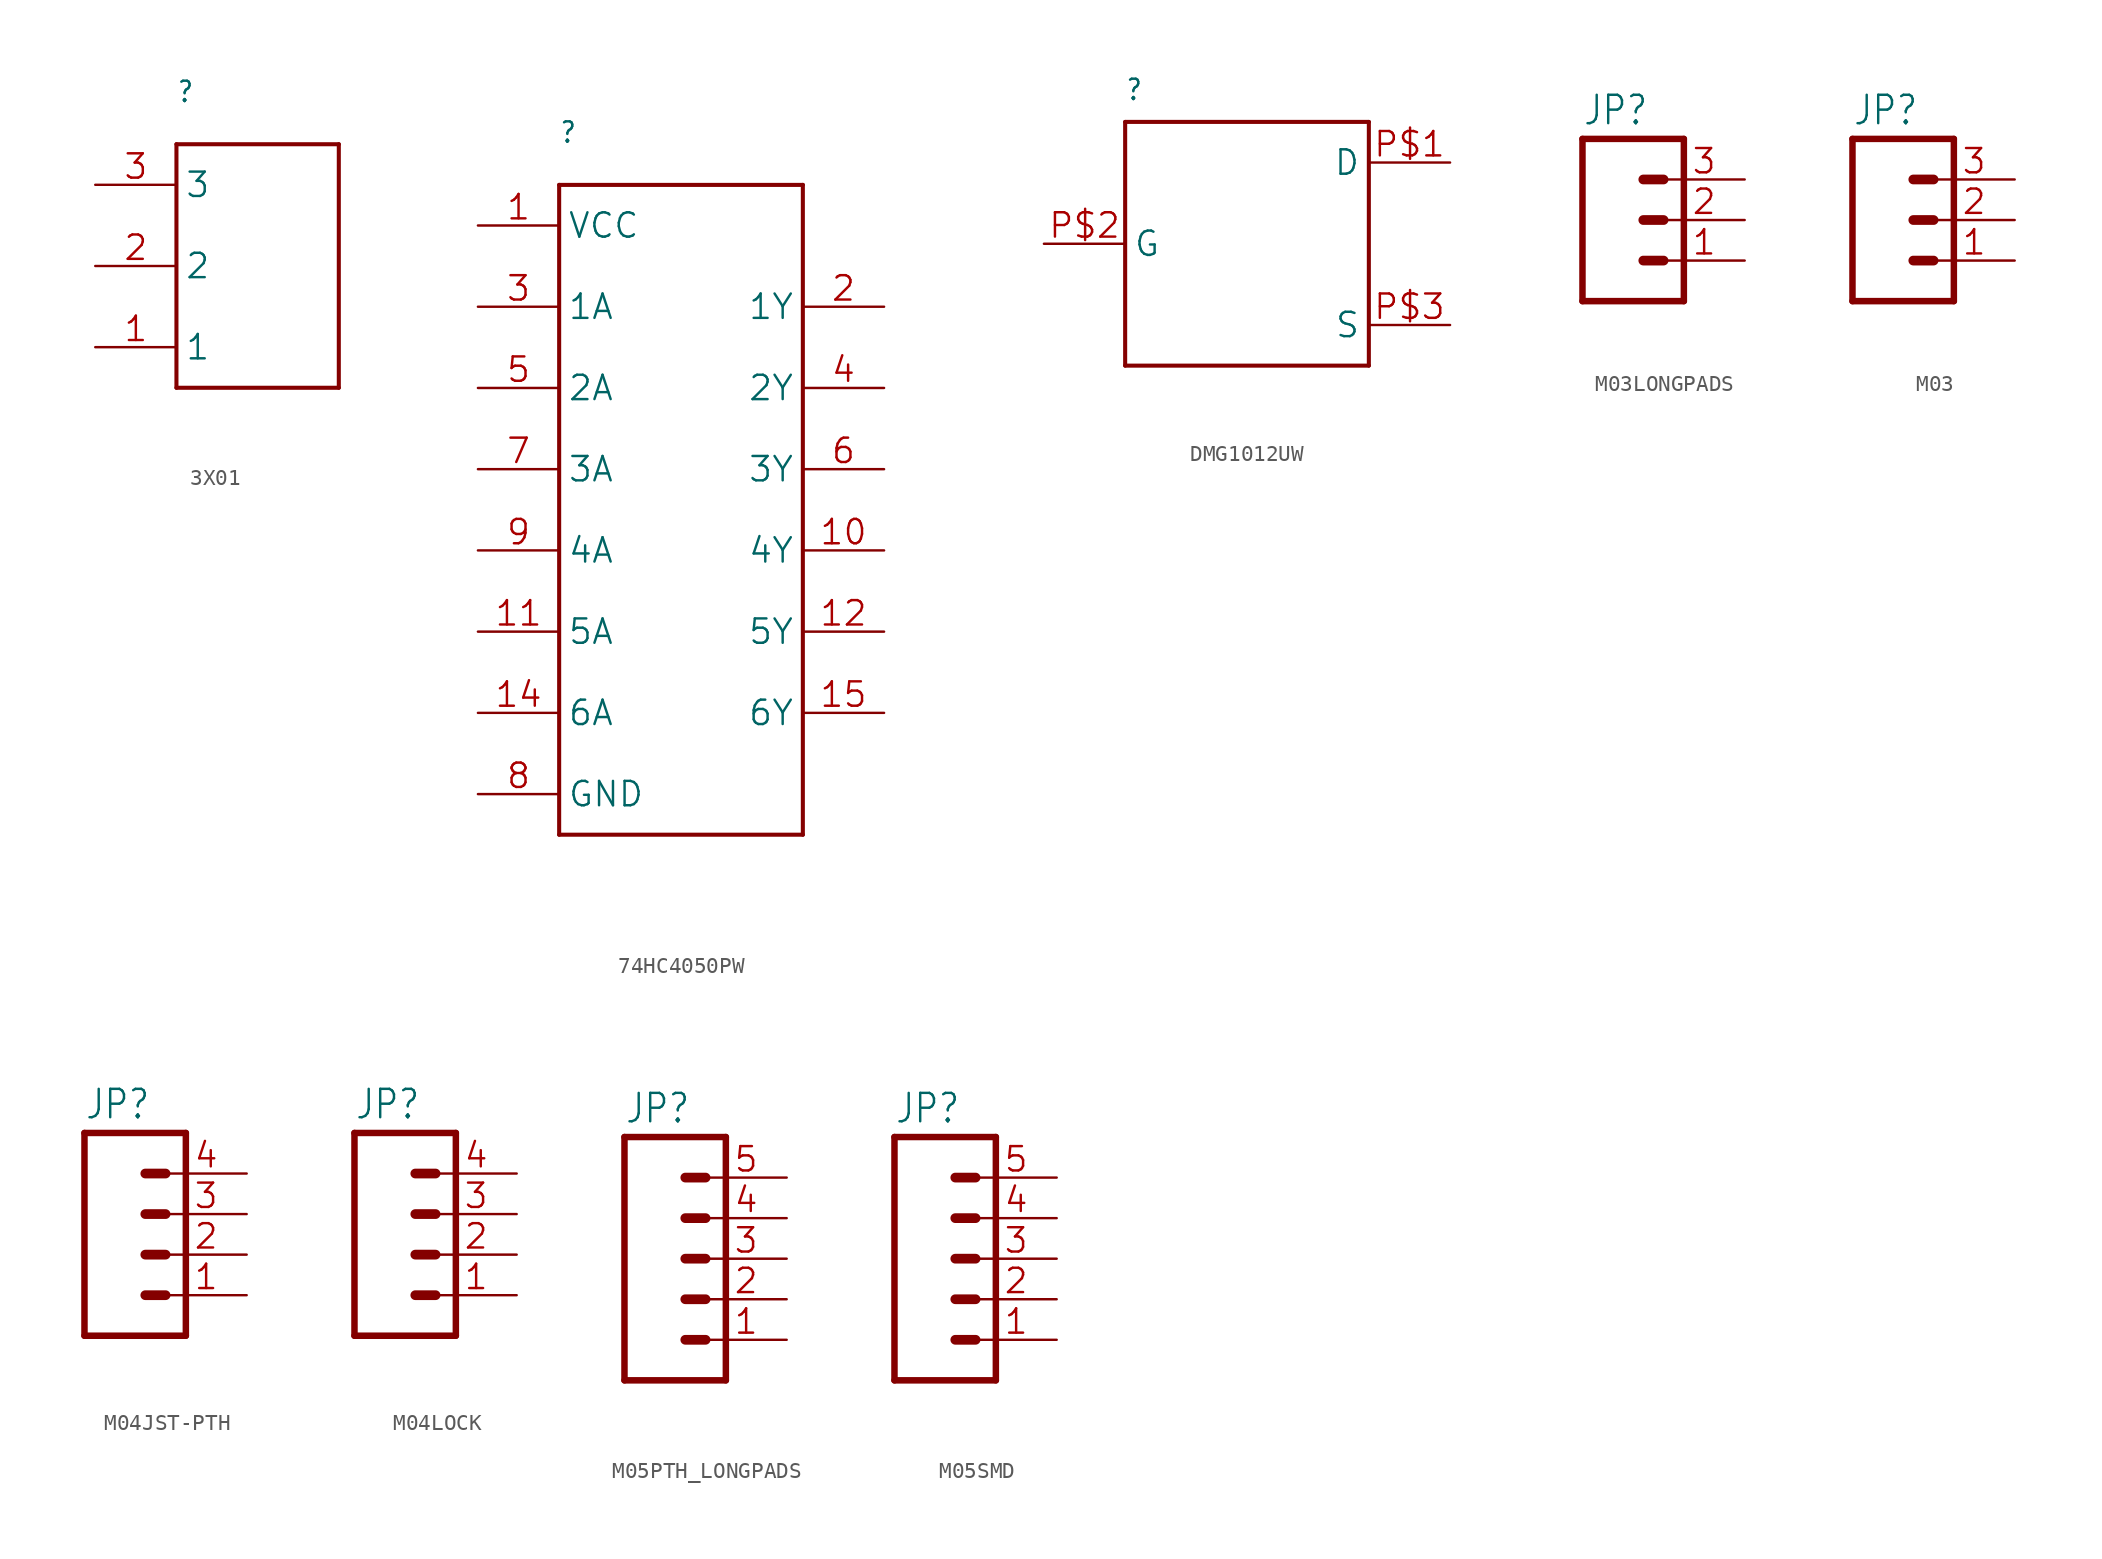
<source format=kicad_sym>
(kicad_symbol_lib
  (version 20241209)
  (generator "kicad_symbol_editor")
  (generator_version "9.0")
  (symbol "3X01"
    (property "Reference" ""
      (at 0 10.16 0)
      (effects (font (size 1.27 1.079)) (justify left bottom)))
    (property "Value" ""
      (at 0 -10.16 0)
      (effects (font (size 1.27 1.079)) (justify left bottom)))
    (property "ki_locked" ""
      (at 0 0 0)
      (effects (font (size 1.27 1.27))))
    (symbol "3X01_1_0"
      (polyline (pts (xy 0 7.62) (xy 0 -7.62)) (stroke (width 0.254) (type solid)) (fill (type none)))
      (polyline (pts (xy 0 -7.62) (xy 10.16 -7.62)) (stroke (width 0.254) (type solid)) (fill (type none)))
      (polyline (pts (xy 10.16 7.62) (xy 0 7.62)) (stroke (width 0.254) (type solid)) (fill (type none)))
      (polyline (pts (xy 10.16 -7.62) (xy 10.16 7.62)) (stroke (width 0.254) (type solid)) (fill (type none)))
      (pin bidirectional line (at -5.08 5.08 0) (length 5.08) (name "3" (effects (font (size 1.524 1.524)))) (number "3" (effects (font (size 1.524 1.524)))))
      (pin bidirectional line (at -5.08 0 0) (length 5.08) (name "2" (effects (font (size 1.524 1.524)))) (number "2" (effects (font (size 1.524 1.524)))))
      (pin bidirectional line (at -5.08 -5.08 0) (length 5.08) (name "1" (effects (font (size 1.524 1.524)))) (number "1" (effects (font (size 1.524 1.524)))))))
  (symbol "74HC4050PW"
    (property "Reference" ""
      (at -7.62 22.86 0)
      (effects (font (size 1.27 1.079)) (justify left bottom)))
    (property "Value" ""
      (at -7.62 -22.86 0)
      (effects (font (size 1.27 1.079)) (justify left bottom)))
    (property "ki_locked" ""
      (at 0 0 0)
      (effects (font (size 1.27 1.27))))
    (symbol "74HC4050PW_1_0"
      (polyline (pts (xy -7.62 20.32) (xy -7.62 -20.32)) (stroke (width 0.254) (type solid)) (fill (type none)))
      (polyline (pts (xy -7.62 -20.32) (xy 7.62 -20.32)) (stroke (width 0.254) (type solid)) (fill (type none)))
      (polyline (pts (xy 7.62 20.32) (xy -7.62 20.32)) (stroke (width 0.254) (type solid)) (fill (type none)))
      (polyline (pts (xy 7.62 -20.32) (xy 7.62 20.32)) (stroke (width 0.254) (type solid)) (fill (type none)))
      (pin power_in line (at -12.7 17.78 0) (length 5.08) (name "VCC" (effects (font (size 1.524 1.524)))) (number "1" (effects (font (size 1.524 1.524)))))
      (pin input line (at -12.7 12.7 0) (length 5.08) (name "1A" (effects (font (size 1.524 1.524)))) (number "3" (effects (font (size 1.524 1.524)))))
      (pin input line (at -12.7 7.62 0) (length 5.08) (name "2A" (effects (font (size 1.524 1.524)))) (number "5" (effects (font (size 1.524 1.524)))))
      (pin input line (at -12.7 2.54 0) (length 5.08) (name "3A" (effects (font (size 1.524 1.524)))) (number "7" (effects (font (size 1.524 1.524)))))
      (pin input line (at -12.7 -2.54 0) (length 5.08) (name "4A" (effects (font (size 1.524 1.524)))) (number "9" (effects (font (size 1.524 1.524)))))
      (pin input line (at -12.7 -7.62 0) (length 5.08) (name "5A" (effects (font (size 1.524 1.524)))) (number "11" (effects (font (size 1.524 1.524)))))
      (pin input line (at -12.7 -12.7 0) (length 5.08) (name "6A" (effects (font (size 1.524 1.524)))) (number "14" (effects (font (size 1.524 1.524)))))
      (pin power_in line (at -12.7 -17.78 0) (length 5.08) (name "GND" (effects (font (size 1.524 1.524)))) (number "8" (effects (font (size 1.524 1.524)))))
      (pin output line (at 12.7 12.7 180) (length 5.08) (name "1Y" (effects (font (size 1.524 1.524)))) (number "2" (effects (font (size 1.524 1.524)))))
      (pin output line (at 12.7 7.62 180) (length 5.08) (name "2Y" (effects (font (size 1.524 1.524)))) (number "4" (effects (font (size 1.524 1.524)))))
      (pin output line (at 12.7 2.54 180) (length 5.08) (name "3Y" (effects (font (size 1.524 1.524)))) (number "6" (effects (font (size 1.524 1.524)))))
      (pin output line (at 12.7 -2.54 180) (length 5.08) (name "4Y" (effects (font (size 1.524 1.524)))) (number "10" (effects (font (size 1.524 1.524)))))
      (pin output line (at 12.7 -7.62 180) (length 5.08) (name "5Y" (effects (font (size 1.524 1.524)))) (number "12" (effects (font (size 1.524 1.524)))))
      (pin output line (at 12.7 -12.7 180) (length 5.08) (name "6Y" (effects (font (size 1.524 1.524)))) (number "15" (effects (font (size 1.524 1.524)))))))
  (symbol "DMG1012UW"
    (property "Reference" ""
      (at -7.62 8.89 0)
      (effects (font (size 1.27 1.079)) (justify left bottom)))
    (property "Value" ""
      (at -7.62 -10.16 0)
      (effects (font (size 1.27 1.079)) (justify left bottom)))
    (property "ki_locked" ""
      (at 0 0 0)
      (effects (font (size 1.27 1.27))))
    (symbol "DMG1012UW_1_0"
      (polyline (pts (xy -7.62 7.62) (xy -7.62 -7.62)) (stroke (width 0.254) (type solid)) (fill (type none)))
      (polyline (pts (xy -7.62 -7.62) (xy 7.62 -7.62)) (stroke (width 0.254) (type solid)) (fill (type none)))
      (polyline (pts (xy 7.62 7.62) (xy -7.62 7.62)) (stroke (width 0.254) (type solid)) (fill (type none)))
      (polyline (pts (xy 7.62 -7.62) (xy 7.62 7.62)) (stroke (width 0.254) (type solid)) (fill (type none)))
      (pin bidirectional line (at -12.7 0 0) (length 5.08) (name "G" (effects (font (size 1.524 1.524)))) (number "P$2" (effects (font (size 1.524 1.524)))))
      (pin bidirectional line (at 12.7 5.08 180) (length 5.08) (name "D" (effects (font (size 1.524 1.524)))) (number "P$1" (effects (font (size 1.524 1.524)))))
      (pin bidirectional line (at 12.7 -5.08 180) (length 5.08) (name "S" (effects (font (size 1.524 1.524)))) (number "P$3" (effects (font (size 1.524 1.524)))))))
  (symbol "M03LONGPADS"
    (property "Reference" "JP"
      (at -2.54 5.842 0)
      (effects (font (size 1.778 1.511)) (justify left bottom)))
    (property "Value" ""
      (at -2.54 -7.62 0)
      (effects (font (size 1.778 1.511)) (justify left bottom)))
    (property "ki_locked" ""
      (at 0 0 0)
      (effects (font (size 1.27 1.27))))
    (symbol "M03LONGPADS_1_0"
      (polyline (pts (xy -2.54 5.08) (xy -2.54 -5.08)) (stroke (width 0.406) (type solid)) (fill (type none)))
      (polyline (pts (xy -2.54 5.08) (xy 3.81 5.08)) (stroke (width 0.406) (type solid)) (fill (type none)))
      (polyline (pts (xy 1.27 2.54) (xy 2.54 2.54)) (stroke (width 0.61) (type solid)) (fill (type none)))
      (polyline (pts (xy 1.27 0) (xy 2.54 0)) (stroke (width 0.61) (type solid)) (fill (type none)))
      (polyline (pts (xy 1.27 -2.54) (xy 2.54 -2.54)) (stroke (width 0.61) (type solid)) (fill (type none)))
      (polyline (pts (xy 3.81 -5.08) (xy -2.54 -5.08)) (stroke (width 0.406) (type solid)) (fill (type none)))
      (polyline (pts (xy 3.81 -5.08) (xy 3.81 5.08)) (stroke (width 0.406) (type solid)) (fill (type none)))
      (pin passive line (at 7.62 2.54 180) (length 5.08) (name "3" (effects (font (size 0 0)))) (number "3" (effects (font (size 1.524 1.524)))))
      (pin passive line (at 7.62 0 180) (length 5.08) (name "2" (effects (font (size 0 0)))) (number "2" (effects (font (size 1.524 1.524)))))
      (pin passive line (at 7.62 -2.54 180) (length 5.08) (name "1" (effects (font (size 0 0)))) (number "1" (effects (font (size 1.524 1.524)))))))
  (symbol "M03"
    (property "Reference" "JP"
      (at -2.54 5.842 0)
      (effects (font (size 1.778 1.511)) (justify left bottom)))
    (property "Value" ""
      (at -2.54 -7.62 0)
      (effects (font (size 1.778 1.511)) (justify left bottom)))
    (property "ki_locked" ""
      (at 0 0 0)
      (effects (font (size 1.27 1.27))))
    (symbol "M03_1_0"
      (polyline (pts (xy -2.54 5.08) (xy -2.54 -5.08)) (stroke (width 0.406) (type solid)) (fill (type none)))
      (polyline (pts (xy -2.54 5.08) (xy 3.81 5.08)) (stroke (width 0.406) (type solid)) (fill (type none)))
      (polyline (pts (xy 1.27 2.54) (xy 2.54 2.54)) (stroke (width 0.61) (type solid)) (fill (type none)))
      (polyline (pts (xy 1.27 0) (xy 2.54 0)) (stroke (width 0.61) (type solid)) (fill (type none)))
      (polyline (pts (xy 1.27 -2.54) (xy 2.54 -2.54)) (stroke (width 0.61) (type solid)) (fill (type none)))
      (polyline (pts (xy 3.81 -5.08) (xy -2.54 -5.08)) (stroke (width 0.406) (type solid)) (fill (type none)))
      (polyline (pts (xy 3.81 -5.08) (xy 3.81 5.08)) (stroke (width 0.406) (type solid)) (fill (type none)))
      (pin passive line (at 7.62 2.54 180) (length 5.08) (name "3" (effects (font (size 0 0)))) (number "3" (effects (font (size 1.524 1.524)))))
      (pin passive line (at 7.62 0 180) (length 5.08) (name "2" (effects (font (size 0 0)))) (number "2" (effects (font (size 1.524 1.524)))))
      (pin passive line (at 7.62 -2.54 180) (length 5.08) (name "1" (effects (font (size 0 0)))) (number "1" (effects (font (size 1.524 1.524)))))))
  (symbol "M04JST-PTH"
    (property "Reference" "JP"
      (at -5.08 8.382 0)
      (effects (font (size 1.778 1.511)) (justify left bottom)))
    (property "Value" ""
      (at -5.08 -7.62 0)
      (effects (font (size 1.778 1.511)) (justify left bottom)))
    (property "ki_locked" ""
      (at 0 0 0)
      (effects (font (size 1.27 1.27))))
    (symbol "M04JST-PTH_1_0"
      (polyline (pts (xy -5.08 7.62) (xy -5.08 -5.08)) (stroke (width 0.406) (type solid)) (fill (type none)))
      (polyline (pts (xy -5.08 7.62) (xy 1.27 7.62)) (stroke (width 0.406) (type solid)) (fill (type none)))
      (polyline (pts (xy -1.27 5.08) (xy 0 5.08)) (stroke (width 0.61) (type solid)) (fill (type none)))
      (polyline (pts (xy -1.27 2.54) (xy 0 2.54)) (stroke (width 0.61) (type solid)) (fill (type none)))
      (polyline (pts (xy -1.27 0) (xy 0 0)) (stroke (width 0.61) (type solid)) (fill (type none)))
      (polyline (pts (xy -1.27 -2.54) (xy 0 -2.54)) (stroke (width 0.61) (type solid)) (fill (type none)))
      (polyline (pts (xy 1.27 -5.08) (xy -5.08 -5.08)) (stroke (width 0.406) (type solid)) (fill (type none)))
      (polyline (pts (xy 1.27 -5.08) (xy 1.27 7.62)) (stroke (width 0.406) (type solid)) (fill (type none)))
      (pin passive line (at 5.08 5.08 180) (length 5.08) (name "4" (effects (font (size 0 0)))) (number "4" (effects (font (size 1.524 1.524)))))
      (pin passive line (at 5.08 2.54 180) (length 5.08) (name "3" (effects (font (size 0 0)))) (number "3" (effects (font (size 1.524 1.524)))))
      (pin passive line (at 5.08 0 180) (length 5.08) (name "2" (effects (font (size 0 0)))) (number "2" (effects (font (size 1.524 1.524)))))
      (pin passive line (at 5.08 -2.54 180) (length 5.08) (name "1" (effects (font (size 0 0)))) (number "1" (effects (font (size 1.524 1.524)))))))
  (symbol "M04LOCK"
    (property "Reference" "JP"
      (at -5.08 8.382 0)
      (effects (font (size 1.778 1.511)) (justify left bottom)))
    (property "Value" ""
      (at -5.08 -7.62 0)
      (effects (font (size 1.778 1.511)) (justify left bottom)))
    (property "ki_locked" ""
      (at 0 0 0)
      (effects (font (size 1.27 1.27))))
    (symbol "M04LOCK_1_0"
      (polyline (pts (xy -5.08 7.62) (xy -5.08 -5.08)) (stroke (width 0.406) (type solid)) (fill (type none)))
      (polyline (pts (xy -5.08 7.62) (xy 1.27 7.62)) (stroke (width 0.406) (type solid)) (fill (type none)))
      (polyline (pts (xy -1.27 5.08) (xy 0 5.08)) (stroke (width 0.61) (type solid)) (fill (type none)))
      (polyline (pts (xy -1.27 2.54) (xy 0 2.54)) (stroke (width 0.61) (type solid)) (fill (type none)))
      (polyline (pts (xy -1.27 0) (xy 0 0)) (stroke (width 0.61) (type solid)) (fill (type none)))
      (polyline (pts (xy -1.27 -2.54) (xy 0 -2.54)) (stroke (width 0.61) (type solid)) (fill (type none)))
      (polyline (pts (xy 1.27 -5.08) (xy -5.08 -5.08)) (stroke (width 0.406) (type solid)) (fill (type none)))
      (polyline (pts (xy 1.27 -5.08) (xy 1.27 7.62)) (stroke (width 0.406) (type solid)) (fill (type none)))
      (pin passive line (at 5.08 5.08 180) (length 5.08) (name "4" (effects (font (size 0 0)))) (number "4" (effects (font (size 1.524 1.524)))))
      (pin passive line (at 5.08 2.54 180) (length 5.08) (name "3" (effects (font (size 0 0)))) (number "3" (effects (font (size 1.524 1.524)))))
      (pin passive line (at 5.08 0 180) (length 5.08) (name "2" (effects (font (size 0 0)))) (number "2" (effects (font (size 1.524 1.524)))))
      (pin passive line (at 5.08 -2.54 180) (length 5.08) (name "1" (effects (font (size 0 0)))) (number "1" (effects (font (size 1.524 1.524)))))))
  (symbol "M05PTH_LONGPADS"
    (property "Reference" "JP"
      (at -2.54 8.382 0)
      (effects (font (size 1.778 1.511)) (justify left bottom)))
    (property "Value" ""
      (at -2.54 -10.16 0)
      (effects (font (size 1.778 1.511)) (justify left bottom)))
    (property "ki_locked" ""
      (at 0 0 0)
      (effects (font (size 1.27 1.27))))
    (symbol "M05PTH_LONGPADS_1_0"
      (polyline (pts (xy -2.54 7.62) (xy -2.54 -7.62)) (stroke (width 0.406) (type solid)) (fill (type none)))
      (polyline (pts (xy -2.54 7.62) (xy 3.81 7.62)) (stroke (width 0.406) (type solid)) (fill (type none)))
      (polyline (pts (xy 1.27 5.08) (xy 2.54 5.08)) (stroke (width 0.61) (type solid)) (fill (type none)))
      (polyline (pts (xy 1.27 2.54) (xy 2.54 2.54)) (stroke (width 0.61) (type solid)) (fill (type none)))
      (polyline (pts (xy 1.27 0) (xy 2.54 0)) (stroke (width 0.61) (type solid)) (fill (type none)))
      (polyline (pts (xy 1.27 -2.54) (xy 2.54 -2.54)) (stroke (width 0.61) (type solid)) (fill (type none)))
      (polyline (pts (xy 1.27 -5.08) (xy 2.54 -5.08)) (stroke (width 0.61) (type solid)) (fill (type none)))
      (polyline (pts (xy 3.81 -7.62) (xy -2.54 -7.62)) (stroke (width 0.406) (type solid)) (fill (type none)))
      (polyline (pts (xy 3.81 -7.62) (xy 3.81 7.62)) (stroke (width 0.406) (type solid)) (fill (type none)))
      (pin passive line (at 7.62 5.08 180) (length 5.08) (name "5" (effects (font (size 0 0)))) (number "5" (effects (font (size 1.524 1.524)))))
      (pin passive line (at 7.62 2.54 180) (length 5.08) (name "4" (effects (font (size 0 0)))) (number "4" (effects (font (size 1.524 1.524)))))
      (pin passive line (at 7.62 0 180) (length 5.08) (name "3" (effects (font (size 0 0)))) (number "3" (effects (font (size 1.524 1.524)))))
      (pin passive line (at 7.62 -2.54 180) (length 5.08) (name "2" (effects (font (size 0 0)))) (number "2" (effects (font (size 1.524 1.524)))))
      (pin passive line (at 7.62 -5.08 180) (length 5.08) (name "1" (effects (font (size 0 0)))) (number "1" (effects (font (size 1.524 1.524)))))))
  (symbol "M05SMD"
    (property "Reference" "JP"
      (at -2.54 8.382 0)
      (effects (font (size 1.778 1.511)) (justify left bottom)))
    (property "Value" ""
      (at -2.54 -10.16 0)
      (effects (font (size 1.778 1.511)) (justify left bottom)))
    (property "ki_locked" ""
      (at 0 0 0)
      (effects (font (size 1.27 1.27))))
    (symbol "M05SMD_1_0"
      (polyline (pts (xy -2.54 7.62) (xy -2.54 -7.62)) (stroke (width 0.406) (type solid)) (fill (type none)))
      (polyline (pts (xy -2.54 7.62) (xy 3.81 7.62)) (stroke (width 0.406) (type solid)) (fill (type none)))
      (polyline (pts (xy 1.27 5.08) (xy 2.54 5.08)) (stroke (width 0.61) (type solid)) (fill (type none)))
      (polyline (pts (xy 1.27 2.54) (xy 2.54 2.54)) (stroke (width 0.61) (type solid)) (fill (type none)))
      (polyline (pts (xy 1.27 0) (xy 2.54 0)) (stroke (width 0.61) (type solid)) (fill (type none)))
      (polyline (pts (xy 1.27 -2.54) (xy 2.54 -2.54)) (stroke (width 0.61) (type solid)) (fill (type none)))
      (polyline (pts (xy 1.27 -5.08) (xy 2.54 -5.08)) (stroke (width 0.61) (type solid)) (fill (type none)))
      (polyline (pts (xy 3.81 -7.62) (xy -2.54 -7.62)) (stroke (width 0.406) (type solid)) (fill (type none)))
      (polyline (pts (xy 3.81 -7.62) (xy 3.81 7.62)) (stroke (width 0.406) (type solid)) (fill (type none)))
      (pin passive line (at 7.62 5.08 180) (length 5.08) (name "5" (effects (font (size 0 0)))) (number "5" (effects (font (size 1.524 1.524)))))
      (pin passive line (at 7.62 2.54 180) (length 5.08) (name "4" (effects (font (size 0 0)))) (number "4" (effects (font (size 1.524 1.524)))))
      (pin passive line (at 7.62 0 180) (length 5.08) (name "3" (effects (font (size 0 0)))) (number "3" (effects (font (size 1.524 1.524)))))
      (pin passive line (at 7.62 -2.54 180) (length 5.08) (name "2" (effects (font (size 0 0)))) (number "2" (effects (font (size 1.524 1.524)))))
      (pin passive line (at 7.62 -5.08 180) (length 5.08) (name "1" (effects (font (size 0 0)))) (number "1" (effects (font (size 1.524 1.524))))))))
</source>
